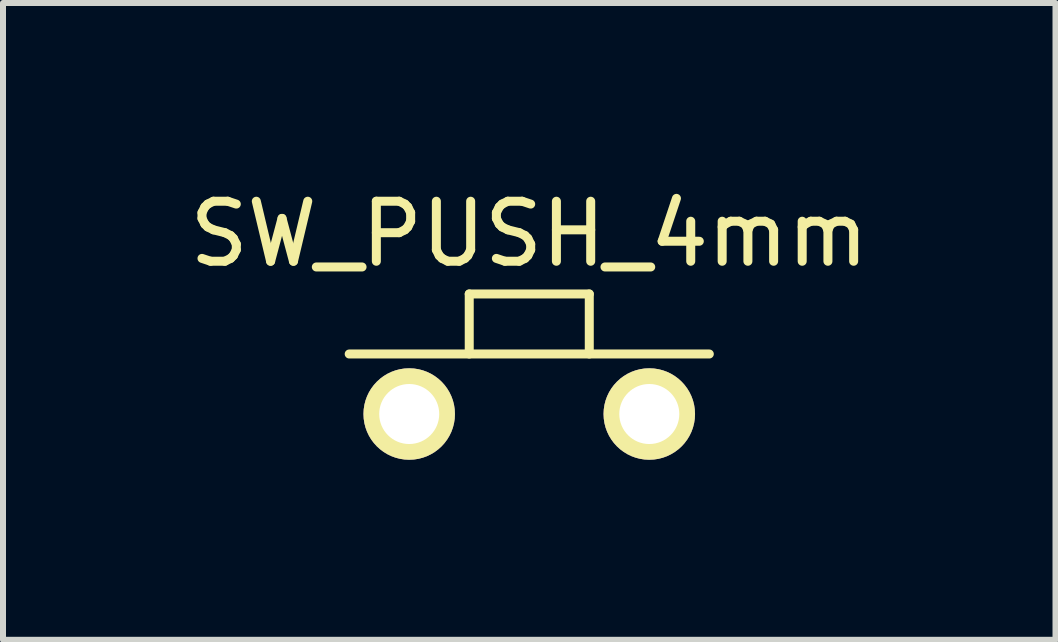
<source format=kicad_pcb>
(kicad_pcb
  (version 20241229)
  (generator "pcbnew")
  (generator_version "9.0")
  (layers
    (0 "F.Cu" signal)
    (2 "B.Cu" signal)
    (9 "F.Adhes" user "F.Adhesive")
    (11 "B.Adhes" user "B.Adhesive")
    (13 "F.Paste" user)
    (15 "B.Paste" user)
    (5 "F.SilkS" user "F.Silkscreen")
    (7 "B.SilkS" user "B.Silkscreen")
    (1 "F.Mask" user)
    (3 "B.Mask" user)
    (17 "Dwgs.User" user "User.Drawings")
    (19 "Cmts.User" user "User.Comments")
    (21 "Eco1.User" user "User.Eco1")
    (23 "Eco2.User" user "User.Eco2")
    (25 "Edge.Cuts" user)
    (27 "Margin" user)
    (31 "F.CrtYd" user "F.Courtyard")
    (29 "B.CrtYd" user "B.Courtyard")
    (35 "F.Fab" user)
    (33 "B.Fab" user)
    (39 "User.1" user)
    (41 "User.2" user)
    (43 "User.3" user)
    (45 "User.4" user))
  (footprint "SW_PUSH_4mm"
    (layer "F.Cu")
    (at 3.768 3.848)
    (property "Reference" "SW_PUSH_4mm" (at 2 -3 0) (layer "F.SilkS") (effects (font (size 1 1) (thickness 0.15))))
    (attr through_hole)
    (fp_line (start -1 -1) (end 5 -1) (stroke (width 0.15) (type solid)) (layer "F.SilkS"))
    (fp_line (start 1 -2) (end 3 -2) (stroke (width 0.15) (type solid)) (layer "F.SilkS"))
    (fp_line (start 1 -1) (end 1 -2) (stroke (width 0.15) (type solid)) (layer "F.SilkS"))
    (fp_line (start 3 -2) (end 3 -1) (stroke (width 0.15) (type solid)) (layer "F.SilkS"))
    (pad "1" thru_hole circle (at 0 0) (size 1.524 1.524) (drill 1) (layers "*.Cu" "*.Mask" "F.SilkS"))
    (pad "2" thru_hole circle (at 4 0) (size 1.524 1.524) (drill 1) (layers "*.Cu" "*.Mask" "F.SilkS")))
  (gr_rect
    (start -3 -3)
    (end 14.536 7.61)
    (stroke (width 0.1) (type default))
    (fill no)
    (layer "Edge.Cuts")))
</source>
